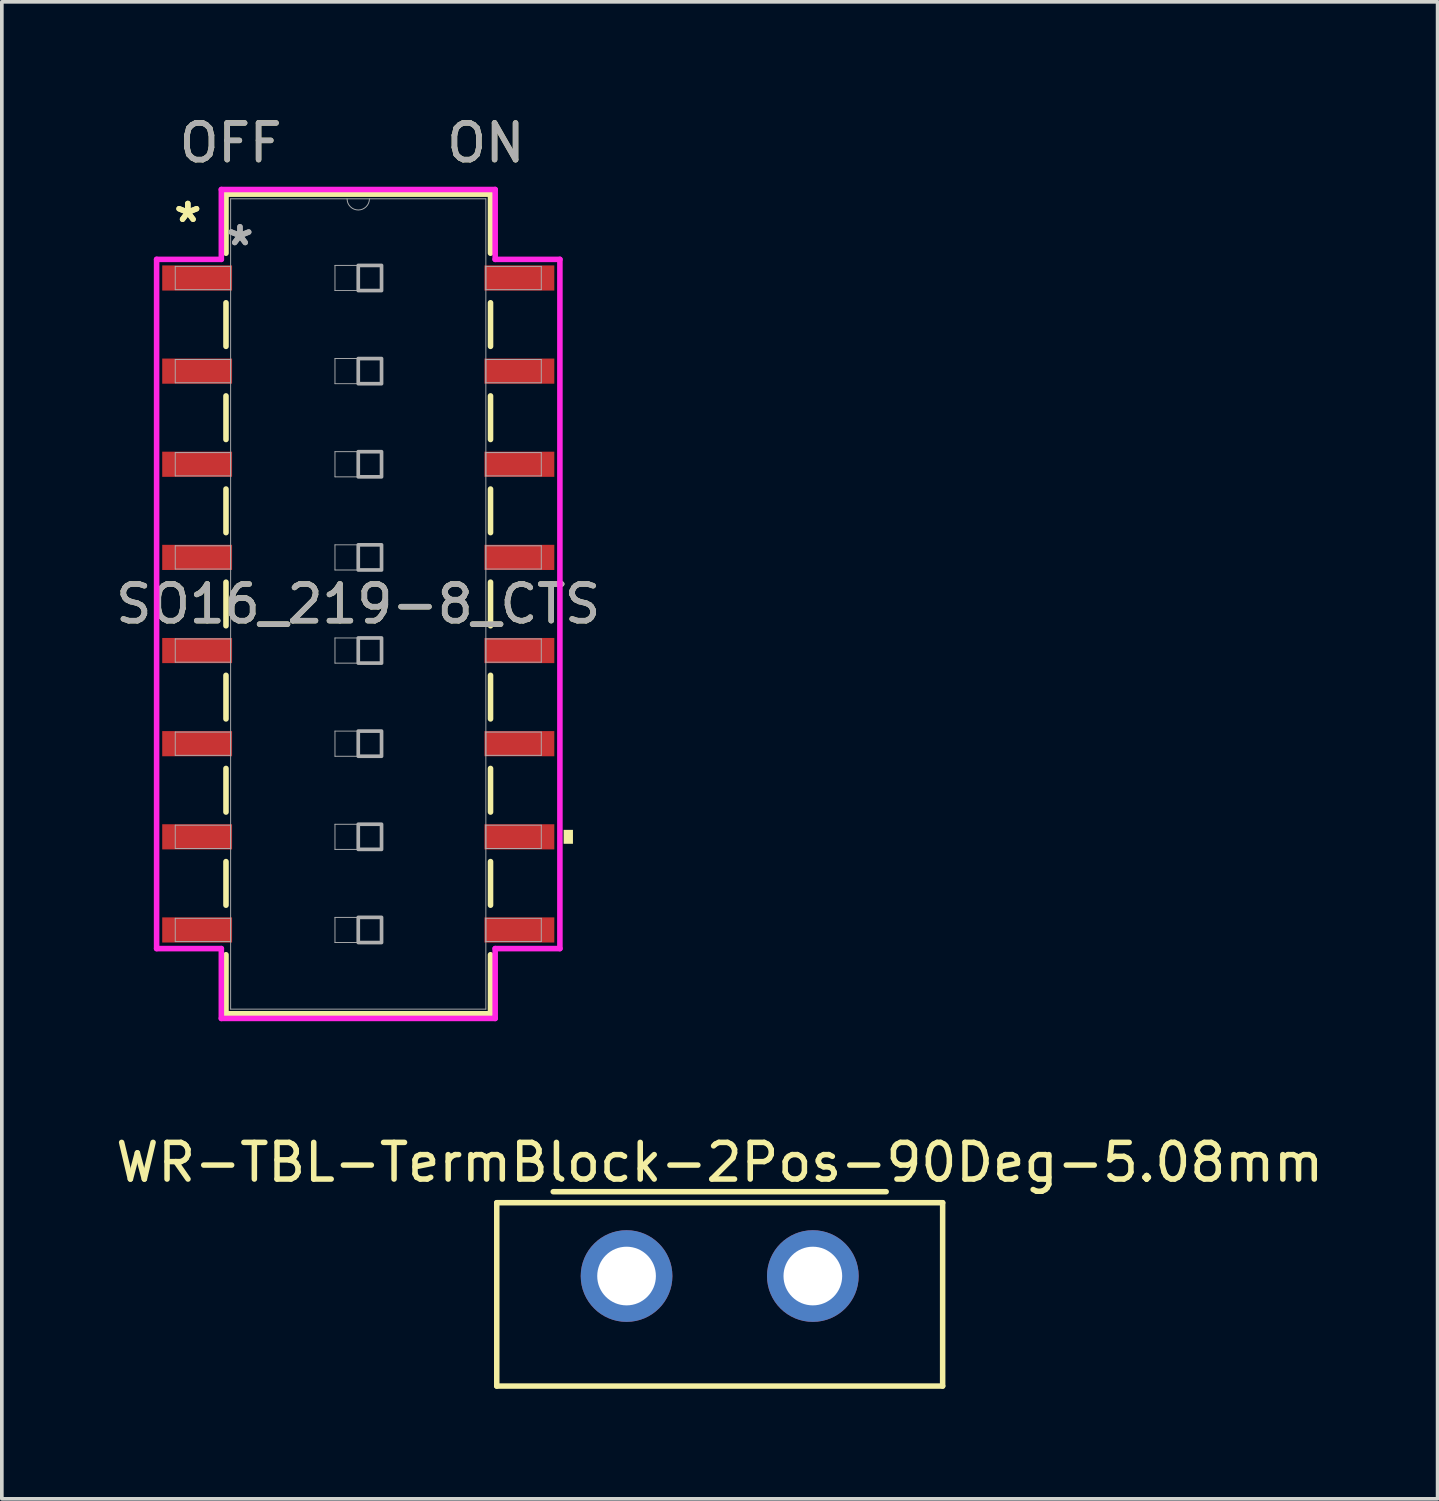
<source format=kicad_pcb>
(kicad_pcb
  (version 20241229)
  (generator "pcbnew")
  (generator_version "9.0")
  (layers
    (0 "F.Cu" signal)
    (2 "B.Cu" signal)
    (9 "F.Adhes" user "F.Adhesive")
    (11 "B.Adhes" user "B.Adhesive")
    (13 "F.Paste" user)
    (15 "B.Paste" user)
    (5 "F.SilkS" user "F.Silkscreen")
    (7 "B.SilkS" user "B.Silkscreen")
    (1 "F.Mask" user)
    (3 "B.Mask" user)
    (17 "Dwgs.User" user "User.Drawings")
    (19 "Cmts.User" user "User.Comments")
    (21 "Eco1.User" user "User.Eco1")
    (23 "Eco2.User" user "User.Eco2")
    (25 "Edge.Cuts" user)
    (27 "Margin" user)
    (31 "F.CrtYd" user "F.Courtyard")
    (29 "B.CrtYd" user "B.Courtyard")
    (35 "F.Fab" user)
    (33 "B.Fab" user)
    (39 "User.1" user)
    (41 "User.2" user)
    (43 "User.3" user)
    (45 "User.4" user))
  (footprint "WR-TBL-TermBlock-2Pos-90Deg-5.08mm"
    (layer "F.Cu")
    (at 14.037 31.749)
    (property "Reference" "WR-TBL-TermBlock-2Pos-90Deg-5.08mm" (at 2.54 -3.1 0) (layer "F.SilkS") (effects (font (size 1 1) (thickness 0.15))))
    (attr through_hole)
    (fp_line (start -3.54 -2) (end 8.62 -2) (stroke (width 0.15) (type solid)) (layer "F.SilkS"))
    (fp_line (start -3.54 3) (end -3.54 -2) (stroke (width 0.15) (type solid)) (layer "F.SilkS"))
    (fp_line (start -3.54 3) (end 8.62 3) (stroke (width 0.15) (type solid)) (layer "F.SilkS"))
    (fp_line (start -2 -2.3) (end 7.08 -2.3) (stroke (width 0.15) (type solid)) (layer "F.SilkS"))
    (fp_line (start 8.62 3) (end 8.62 -2) (stroke (width 0.15) (type solid)) (layer "F.SilkS"))
    (pad "1" thru_hole circle (at 0 0) (size 2.5 2.5) (drill 1.6) (layers "*.Cu" "*.Mask"))
    (pad "2" thru_hole circle (at 5.08 0) (size 2.5 2.5) (drill 1.6) (layers "*.Cu" "*.Mask")))
  (footprint "SO16_219-8_CTS"
    (layer "F.Cu")
    (at 6.72 13.421)
    (property "Reference" "SO16_219-8_CTS" (at 0 0 0) (unlocked yes) (layer "F.SilkS") (effects (font (size 1 1) (thickness 0.15))))
    (attr smd)
    (fp_line (start -3.607 -11.176) (end -3.607 -9.566) (stroke (width 0.152) (type solid)) (layer "F.SilkS"))
    (fp_line (start -3.607 -8.214) (end -3.607 -7.026) (stroke (width 0.152) (type solid)) (layer "F.SilkS"))
    (fp_line (start -3.607 -5.674) (end -3.607 -4.486) (stroke (width 0.152) (type solid)) (layer "F.SilkS"))
    (fp_line (start -3.607 -3.134) (end -3.607 -1.946) (stroke (width 0.152) (type solid)) (layer "F.SilkS"))
    (fp_line (start -3.607 -0.594) (end -3.607 0.594) (stroke (width 0.152) (type solid)) (layer "F.SilkS"))
    (fp_line (start -3.607 1.946) (end -3.607 3.134) (stroke (width 0.152) (type solid)) (layer "F.SilkS"))
    (fp_line (start -3.607 4.486) (end -3.607 5.674) (stroke (width 0.152) (type solid)) (layer "F.SilkS"))
    (fp_line (start -3.607 7.026) (end -3.607 8.214) (stroke (width 0.152) (type solid)) (layer "F.SilkS"))
    (fp_line (start -3.607 9.566) (end -3.607 11.176) (stroke (width 0.152) (type solid)) (layer "F.SilkS"))
    (fp_line (start -3.607 11.176) (end 3.607 11.176) (stroke (width 0.152) (type solid)) (layer "F.SilkS"))
    (fp_line (start 3.607 -11.176) (end -3.607 -11.176) (stroke (width 0.152) (type solid)) (layer "F.SilkS"))
    (fp_line (start 3.607 -9.566) (end 3.607 -11.176) (stroke (width 0.152) (type solid)) (layer "F.SilkS"))
    (fp_line (start 3.607 -7.026) (end 3.607 -8.214) (stroke (width 0.152) (type solid)) (layer "F.SilkS"))
    (fp_line (start 3.607 -4.486) (end 3.607 -5.674) (stroke (width 0.152) (type solid)) (layer "F.SilkS"))
    (fp_line (start 3.607 -1.946) (end 3.607 -3.134) (stroke (width 0.152) (type solid)) (layer "F.SilkS"))
    (fp_line (start 3.607 0.594) (end 3.607 -0.594) (stroke (width 0.152) (type solid)) (layer "F.SilkS"))
    (fp_line (start 3.607 3.134) (end 3.607 1.946) (stroke (width 0.152) (type solid)) (layer "F.SilkS"))
    (fp_line (start 3.607 5.674) (end 3.607 4.486) (stroke (width 0.152) (type solid)) (layer "F.SilkS"))
    (fp_line (start 3.607 8.214) (end 3.607 7.026) (stroke (width 0.152) (type solid)) (layer "F.SilkS"))
    (fp_line (start 3.607 11.176) (end 3.607 9.566) (stroke (width 0.152) (type solid)) (layer "F.SilkS"))
    (fp_poly (pts (xy 5.855 6.16) (xy 5.855 6.54) (xy 5.601 6.54) (xy 5.601 6.16)) (stroke (width 0) (type solid)) (fill yes) (layer "F.SilkS"))
    (fp_line (start -5.499 -9.398) (end -3.734 -9.398) (stroke (width 0.152) (type solid)) (layer "F.CrtYd"))
    (fp_line (start -5.499 9.398) (end -5.499 -9.398) (stroke (width 0.152) (type solid)) (layer "F.CrtYd"))
    (fp_line (start -3.734 -11.303) (end 3.734 -11.303) (stroke (width 0.152) (type solid)) (layer "F.CrtYd"))
    (fp_line (start -3.734 -9.398) (end -3.734 -11.303) (stroke (width 0.152) (type solid)) (layer "F.CrtYd"))
    (fp_line (start -3.734 9.398) (end -5.499 9.398) (stroke (width 0.152) (type solid)) (layer "F.CrtYd"))
    (fp_line (start -3.734 11.303) (end -3.734 9.398) (stroke (width 0.152) (type solid)) (layer "F.CrtYd"))
    (fp_line (start 3.734 -11.303) (end 3.734 -9.398) (stroke (width 0.152) (type solid)) (layer "F.CrtYd"))
    (fp_line (start 3.734 -9.398) (end 5.499 -9.398) (stroke (width 0.152) (type solid)) (layer "F.CrtYd"))
    (fp_line (start 3.734 9.398) (end 3.734 11.303) (stroke (width 0.152) (type solid)) (layer "F.CrtYd"))
    (fp_line (start 3.734 11.303) (end -3.734 11.303) (stroke (width 0.152) (type solid)) (layer "F.CrtYd"))
    (fp_line (start 5.499 -9.398) (end 5.499 9.398) (stroke (width 0.152) (type solid)) (layer "F.CrtYd"))
    (fp_line (start 5.499 9.398) (end 3.734 9.398) (stroke (width 0.152) (type solid)) (layer "F.CrtYd"))
    (fp_line (start -4.991 -9.207) (end -4.991 -8.572) (stroke (width 0.025) (type solid)) (layer "F.Fab"))
    (fp_line (start -4.991 -8.572) (end -3.48 -8.572) (stroke (width 0.025) (type solid)) (layer "F.Fab"))
    (fp_line (start -4.991 -6.668) (end -4.991 -6.032) (stroke (width 0.025) (type solid)) (layer "F.Fab"))
    (fp_line (start -4.991 -6.032) (end -3.48 -6.032) (stroke (width 0.025) (type solid)) (layer "F.Fab"))
    (fp_line (start -4.991 -4.128) (end -4.991 -3.493) (stroke (width 0.025) (type solid)) (layer "F.Fab"))
    (fp_line (start -4.991 -3.493) (end -3.48 -3.493) (stroke (width 0.025) (type solid)) (layer "F.Fab"))
    (fp_line (start -4.991 -1.587) (end -4.991 -0.953) (stroke (width 0.025) (type solid)) (layer "F.Fab"))
    (fp_line (start -4.991 -0.953) (end -3.48 -0.953) (stroke (width 0.025) (type solid)) (layer "F.Fab"))
    (fp_line (start -4.991 0.953) (end -4.991 1.587) (stroke (width 0.025) (type solid)) (layer "F.Fab"))
    (fp_line (start -4.991 1.587) (end -3.48 1.587) (stroke (width 0.025) (type solid)) (layer "F.Fab"))
    (fp_line (start -4.991 3.493) (end -4.991 4.128) (stroke (width 0.025) (type solid)) (layer "F.Fab"))
    (fp_line (start -4.991 4.128) (end -3.48 4.128) (stroke (width 0.025) (type solid)) (layer "F.Fab"))
    (fp_line (start -4.991 6.032) (end -4.991 6.668) (stroke (width 0.025) (type solid)) (layer "F.Fab"))
    (fp_line (start -4.991 6.668) (end -3.48 6.668) (stroke (width 0.025) (type solid)) (layer "F.Fab"))
    (fp_line (start -4.991 8.572) (end -4.991 9.207) (stroke (width 0.025) (type solid)) (layer "F.Fab"))
    (fp_line (start -4.991 9.207) (end -3.48 9.207) (stroke (width 0.025) (type solid)) (layer "F.Fab"))
    (fp_line (start -3.48 -11.049) (end -3.48 11.049) (stroke (width 0.025) (type solid)) (layer "F.Fab"))
    (fp_line (start -3.48 -9.207) (end -4.991 -9.207) (stroke (width 0.025) (type solid)) (layer "F.Fab"))
    (fp_line (start -3.48 -8.572) (end -3.48 -9.207) (stroke (width 0.025) (type solid)) (layer "F.Fab"))
    (fp_line (start -3.48 -6.668) (end -4.991 -6.668) (stroke (width 0.025) (type solid)) (layer "F.Fab"))
    (fp_line (start -3.48 -6.032) (end -3.48 -6.668) (stroke (width 0.025) (type solid)) (layer "F.Fab"))
    (fp_line (start -3.48 -4.128) (end -4.991 -4.128) (stroke (width 0.025) (type solid)) (layer "F.Fab"))
    (fp_line (start -3.48 -3.493) (end -3.48 -4.128) (stroke (width 0.025) (type solid)) (layer "F.Fab"))
    (fp_line (start -3.48 -1.587) (end -4.991 -1.587) (stroke (width 0.025) (type solid)) (layer "F.Fab"))
    (fp_line (start -3.48 -0.953) (end -3.48 -1.587) (stroke (width 0.025) (type solid)) (layer "F.Fab"))
    (fp_line (start -3.48 0.953) (end -4.991 0.953) (stroke (width 0.025) (type solid)) (layer "F.Fab"))
    (fp_line (start -3.48 1.587) (end -3.48 0.953) (stroke (width 0.025) (type solid)) (layer "F.Fab"))
    (fp_line (start -3.48 3.493) (end -4.991 3.493) (stroke (width 0.025) (type solid)) (layer "F.Fab"))
    (fp_line (start -3.48 4.128) (end -3.48 3.493) (stroke (width 0.025) (type solid)) (layer "F.Fab"))
    (fp_line (start -3.48 6.032) (end -4.991 6.032) (stroke (width 0.025) (type solid)) (layer "F.Fab"))
    (fp_line (start -3.48 6.668) (end -3.48 6.032) (stroke (width 0.025) (type solid)) (layer "F.Fab"))
    (fp_line (start -3.48 8.572) (end -4.991 8.572) (stroke (width 0.025) (type solid)) (layer "F.Fab"))
    (fp_line (start -3.48 9.207) (end -3.48 8.572) (stroke (width 0.025) (type solid)) (layer "F.Fab"))
    (fp_line (start -3.48 11.049) (end 3.48 11.049) (stroke (width 0.025) (type solid)) (layer "F.Fab"))
    (fp_line (start -0.635 -9.233) (end 0.635 -9.233) (stroke (width 0.025) (type solid)) (layer "F.Fab"))
    (fp_line (start -0.635 -8.547) (end -0.635 -9.233) (stroke (width 0.025) (type solid)) (layer "F.Fab"))
    (fp_line (start -0.635 -6.693) (end 0.635 -6.693) (stroke (width 0.025) (type solid)) (layer "F.Fab"))
    (fp_line (start -0.635 -6.007) (end -0.635 -6.693) (stroke (width 0.025) (type solid)) (layer "F.Fab"))
    (fp_line (start -0.635 -4.153) (end 0.635 -4.153) (stroke (width 0.025) (type solid)) (layer "F.Fab"))
    (fp_line (start -0.635 -3.467) (end -0.635 -4.153) (stroke (width 0.025) (type solid)) (layer "F.Fab"))
    (fp_line (start -0.635 -1.613) (end 0.635 -1.613) (stroke (width 0.025) (type solid)) (layer "F.Fab"))
    (fp_line (start -0.635 -0.927) (end -0.635 -1.613) (stroke (width 0.025) (type solid)) (layer "F.Fab"))
    (fp_line (start -0.635 0.927) (end 0.635 0.927) (stroke (width 0.025) (type solid)) (layer "F.Fab"))
    (fp_line (start -0.635 1.613) (end -0.635 0.927) (stroke (width 0.025) (type solid)) (layer "F.Fab"))
    (fp_line (start -0.635 3.467) (end 0.635 3.467) (stroke (width 0.025) (type solid)) (layer "F.Fab"))
    (fp_line (start -0.635 4.153) (end -0.635 3.467) (stroke (width 0.025) (type solid)) (layer "F.Fab"))
    (fp_line (start -0.635 6.007) (end 0.635 6.007) (stroke (width 0.025) (type solid)) (layer "F.Fab"))
    (fp_line (start -0.635 6.693) (end -0.635 6.007) (stroke (width 0.025) (type solid)) (layer "F.Fab"))
    (fp_line (start -0.635 8.547) (end 0.635 8.547) (stroke (width 0.025) (type solid)) (layer "F.Fab"))
    (fp_line (start -0.635 9.233) (end -0.635 8.547) (stroke (width 0.025) (type solid)) (layer "F.Fab"))
    (fp_line (start 0.635 -9.233) (end 0.635 -8.547) (stroke (width 0.025) (type solid)) (layer "F.Fab"))
    (fp_line (start 0.635 -8.547) (end -0.635 -8.547) (stroke (width 0.025) (type solid)) (layer "F.Fab"))
    (fp_line (start 0.635 -6.693) (end 0.635 -6.007) (stroke (width 0.025) (type solid)) (layer "F.Fab"))
    (fp_line (start 0.635 -6.007) (end -0.635 -6.007) (stroke (width 0.025) (type solid)) (layer "F.Fab"))
    (fp_line (start 0.635 -4.153) (end 0.635 -3.467) (stroke (width 0.025) (type solid)) (layer "F.Fab"))
    (fp_line (start 0.635 -3.467) (end -0.635 -3.467) (stroke (width 0.025) (type solid)) (layer "F.Fab"))
    (fp_line (start 0.635 -1.613) (end 0.635 -0.927) (stroke (width 0.025) (type solid)) (layer "F.Fab"))
    (fp_line (start 0.635 -0.927) (end -0.635 -0.927) (stroke (width 0.025) (type solid)) (layer "F.Fab"))
    (fp_line (start 0.635 0.927) (end 0.635 1.613) (stroke (width 0.025) (type solid)) (layer "F.Fab"))
    (fp_line (start 0.635 1.613) (end -0.635 1.613) (stroke (width 0.025) (type solid)) (layer "F.Fab"))
    (fp_line (start 0.635 3.467) (end 0.635 4.153) (stroke (width 0.025) (type solid)) (layer "F.Fab"))
    (fp_line (start 0.635 4.153) (end -0.635 4.153) (stroke (width 0.025) (type solid)) (layer "F.Fab"))
    (fp_line (start 0.635 6.007) (end 0.635 6.693) (stroke (width 0.025) (type solid)) (layer "F.Fab"))
    (fp_line (start 0.635 6.693) (end -0.635 6.693) (stroke (width 0.025) (type solid)) (layer "F.Fab"))
    (fp_line (start 0.635 8.547) (end 0.635 9.233) (stroke (width 0.025) (type solid)) (layer "F.Fab"))
    (fp_line (start 0.635 9.233) (end -0.635 9.233) (stroke (width 0.025) (type solid)) (layer "F.Fab"))
    (fp_line (start 3.48 -11.049) (end -3.48 -11.049) (stroke (width 0.025) (type solid)) (layer "F.Fab"))
    (fp_line (start 3.48 -9.207) (end 3.48 -8.572) (stroke (width 0.025) (type solid)) (layer "F.Fab"))
    (fp_line (start 3.48 -8.572) (end 4.991 -8.572) (stroke (width 0.025) (type solid)) (layer "F.Fab"))
    (fp_line (start 3.48 -6.668) (end 3.48 -6.032) (stroke (width 0.025) (type solid)) (layer "F.Fab"))
    (fp_line (start 3.48 -6.032) (end 4.991 -6.032) (stroke (width 0.025) (type solid)) (layer "F.Fab"))
    (fp_line (start 3.48 -4.128) (end 3.48 -3.493) (stroke (width 0.025) (type solid)) (layer "F.Fab"))
    (fp_line (start 3.48 -3.493) (end 4.991 -3.493) (stroke (width 0.025) (type solid)) (layer "F.Fab"))
    (fp_line (start 3.48 -1.587) (end 3.48 -0.953) (stroke (width 0.025) (type solid)) (layer "F.Fab"))
    (fp_line (start 3.48 -0.953) (end 4.991 -0.953) (stroke (width 0.025) (type solid)) (layer "F.Fab"))
    (fp_line (start 3.48 0.953) (end 3.48 1.587) (stroke (width 0.025) (type solid)) (layer "F.Fab"))
    (fp_line (start 3.48 1.587) (end 4.991 1.587) (stroke (width 0.025) (type solid)) (layer "F.Fab"))
    (fp_line (start 3.48 3.493) (end 3.48 4.128) (stroke (width 0.025) (type solid)) (layer "F.Fab"))
    (fp_line (start 3.48 4.128) (end 4.991 4.128) (stroke (width 0.025) (type solid)) (layer "F.Fab"))
    (fp_line (start 3.48 6.032) (end 3.48 6.668) (stroke (width 0.025) (type solid)) (layer "F.Fab"))
    (fp_line (start 3.48 6.668) (end 4.991 6.668) (stroke (width 0.025) (type solid)) (layer "F.Fab"))
    (fp_line (start 3.48 8.572) (end 3.48 9.207) (stroke (width 0.025) (type solid)) (layer "F.Fab"))
    (fp_line (start 3.48 9.207) (end 4.991 9.207) (stroke (width 0.025) (type solid)) (layer "F.Fab"))
    (fp_line (start 3.48 11.049) (end 3.48 -11.049) (stroke (width 0.025) (type solid)) (layer "F.Fab"))
    (fp_line (start 4.991 -9.207) (end 3.48 -9.207) (stroke (width 0.025) (type solid)) (layer "F.Fab"))
    (fp_line (start 4.991 -8.572) (end 4.991 -9.207) (stroke (width 0.025) (type solid)) (layer "F.Fab"))
    (fp_line (start 4.991 -6.668) (end 3.48 -6.668) (stroke (width 0.025) (type solid)) (layer "F.Fab"))
    (fp_line (start 4.991 -6.032) (end 4.991 -6.668) (stroke (width 0.025) (type solid)) (layer "F.Fab"))
    (fp_line (start 4.991 -4.128) (end 3.48 -4.128) (stroke (width 0.025) (type solid)) (layer "F.Fab"))
    (fp_line (start 4.991 -3.493) (end 4.991 -4.128) (stroke (width 0.025) (type solid)) (layer "F.Fab"))
    (fp_line (start 4.991 -1.587) (end 3.48 -1.587) (stroke (width 0.025) (type solid)) (layer "F.Fab"))
    (fp_line (start 4.991 -0.953) (end 4.991 -1.587) (stroke (width 0.025) (type solid)) (layer "F.Fab"))
    (fp_line (start 4.991 0.953) (end 3.48 0.953) (stroke (width 0.025) (type solid)) (layer "F.Fab"))
    (fp_line (start 4.991 1.587) (end 4.991 0.953) (stroke (width 0.025) (type solid)) (layer "F.Fab"))
    (fp_line (start 4.991 3.493) (end 3.48 3.493) (stroke (width 0.025) (type solid)) (layer "F.Fab"))
    (fp_line (start 4.991 4.128) (end 4.991 3.493) (stroke (width 0.025) (type solid)) (layer "F.Fab"))
    (fp_line (start 4.991 6.032) (end 3.48 6.032) (stroke (width 0.025) (type solid)) (layer "F.Fab"))
    (fp_line (start 4.991 6.668) (end 4.991 6.032) (stroke (width 0.025) (type solid)) (layer "F.Fab"))
    (fp_line (start 4.991 8.572) (end 3.48 8.572) (stroke (width 0.025) (type solid)) (layer "F.Fab"))
    (fp_line (start 4.991 9.207) (end 4.991 8.572) (stroke (width 0.025) (type solid)) (layer "F.Fab"))
    (fp_arc (start 0.3048 -11.049) (mid 0 -10.7442) (end -0.3048 -11.049) (stroke (width 0.0254) (type solid)) (layer "F.Fab"))
    (fp_poly (pts (xy 0 -9.233) (xy 0.635 -9.233) (xy 0.635 -8.547) (xy 0 -8.547)) (stroke (width 0.1) (type solid)) (fill no) (layer "F.Fab"))
    (fp_poly (pts (xy 0 -6.693) (xy 0.635 -6.693) (xy 0.635 -6.007) (xy 0 -6.007)) (stroke (width 0.1) (type solid)) (fill no) (layer "F.Fab"))
    (fp_poly (pts (xy 0 -4.153) (xy 0.635 -4.153) (xy 0.635 -3.467) (xy 0 -3.467)) (stroke (width 0.1) (type solid)) (fill no) (layer "F.Fab"))
    (fp_poly (pts (xy 0 -1.613) (xy 0.635 -1.613) (xy 0.635 -0.927) (xy 0 -0.927)) (stroke (width 0.1) (type solid)) (fill no) (layer "F.Fab"))
    (fp_poly (pts (xy 0 0.927) (xy 0.635 0.927) (xy 0.635 1.613) (xy 0 1.613)) (stroke (width 0.1) (type solid)) (fill no) (layer "F.Fab"))
    (fp_poly (pts (xy 0 3.467) (xy 0.635 3.467) (xy 0.635 4.153) (xy 0 4.153)) (stroke (width 0.1) (type solid)) (fill no) (layer "F.Fab"))
    (fp_poly (pts (xy 0 6.007) (xy 0.635 6.007) (xy 0.635 6.693) (xy 0 6.693)) (stroke (width 0.1) (type solid)) (fill no) (layer "F.Fab"))
    (fp_poly (pts (xy 0 8.547) (xy 0.635 8.547) (xy 0.635 9.233) (xy 0 9.233)) (stroke (width 0.1) (type solid)) (fill no) (layer "F.Fab"))
    (fp_text user "OFF" (at -3.48 -12.573 0) (unlocked yes) (layer "F.SilkS") (effects (font (size 1 1) (thickness 0.15))))
    (fp_text user "*" (at -4.648 -10.376 0) (layer "F.SilkS") (effects (font (size 1 1) (thickness 0.15))))
    (fp_text user "ON" (at 3.48 -12.573 0) (unlocked yes) (layer "F.SilkS") (effects (font (size 1 1) (thickness 0.15))))
    (fp_text user "*" (at -4.648 -10.376 0) (unlocked yes) (layer "F.SilkS") (effects (font (size 1 1) (thickness 0.15))))
    (fp_text user "OFF" (at -3.48 -12.573 0) (unlocked yes) (layer "F.Fab") (effects (font (size 1 1) (thickness 0.15))))
    (fp_text user "*" (at -3.226 -9.741 0) (layer "F.Fab") (effects (font (size 1 1) (thickness 0.15))))
    (fp_text user "ON" (at 3.48 -12.573 0) (unlocked yes) (layer "F.Fab") (effects (font (size 1 1) (thickness 0.15))))
    (fp_text user "${REFERENCE}" (at 0 0 0) (unlocked yes) (layer "F.Fab") (effects (font (size 1 1) (thickness 0.15))))
    (fp_text user "*" (at -3.226 -9.741 0) (unlocked yes) (layer "F.Fab") (effects (font (size 1 1) (thickness 0.15))))
    (pad "1" smd rect (at -4.394 -8.89) (size 1.905 0.686) (layers "F.Cu" "F.Mask" "F.Paste"))
    (pad "2" smd rect (at -4.394 -6.35) (size 1.905 0.686) (layers "F.Cu" "F.Mask" "F.Paste"))
    (pad "3" smd rect (at -4.394 -3.81) (size 1.905 0.686) (layers "F.Cu" "F.Mask" "F.Paste"))
    (pad "4" smd rect (at -4.394 -1.27) (size 1.905 0.686) (layers "F.Cu" "F.Mask" "F.Paste"))
    (pad "5" smd rect (at -4.394 1.27) (size 1.905 0.686) (layers "F.Cu" "F.Mask" "F.Paste"))
    (pad "6" smd rect (at -4.394 3.81) (size 1.905 0.686) (layers "F.Cu" "F.Mask" "F.Paste"))
    (pad "7" smd rect (at -4.394 6.35) (size 1.905 0.686) (layers "F.Cu" "F.Mask" "F.Paste"))
    (pad "8" smd rect (at -4.394 8.89) (size 1.905 0.686) (layers "F.Cu" "F.Mask" "F.Paste"))
    (pad "9" smd rect (at 4.394 8.89) (size 1.905 0.686) (layers "F.Cu" "F.Mask" "F.Paste"))
    (pad "10" smd rect (at 4.394 6.35) (size 1.905 0.686) (layers "F.Cu" "F.Mask" "F.Paste"))
    (pad "11" smd rect (at 4.394 3.81) (size 1.905 0.686) (layers "F.Cu" "F.Mask" "F.Paste"))
    (pad "12" smd rect (at 4.394 1.27) (size 1.905 0.686) (layers "F.Cu" "F.Mask" "F.Paste"))
    (pad "13" smd rect (at 4.394 -1.27) (size 1.905 0.686) (layers "F.Cu" "F.Mask" "F.Paste"))
    (pad "14" smd rect (at 4.394 -3.81) (size 1.905 0.686) (layers "F.Cu" "F.Mask" "F.Paste"))
    (pad "15" smd rect (at 4.394 -6.35) (size 1.905 0.686) (layers "F.Cu" "F.Mask" "F.Paste"))
    (pad "16" smd rect (at 4.394 -8.89) (size 1.905 0.686) (layers "F.Cu" "F.Mask" "F.Paste")))
  (gr_rect
    (start -3 -3)
    (end 36.155 37.824)
    (stroke (width 0.1) (type default))
    (fill no)
    (layer "Edge.Cuts")))
</source>
